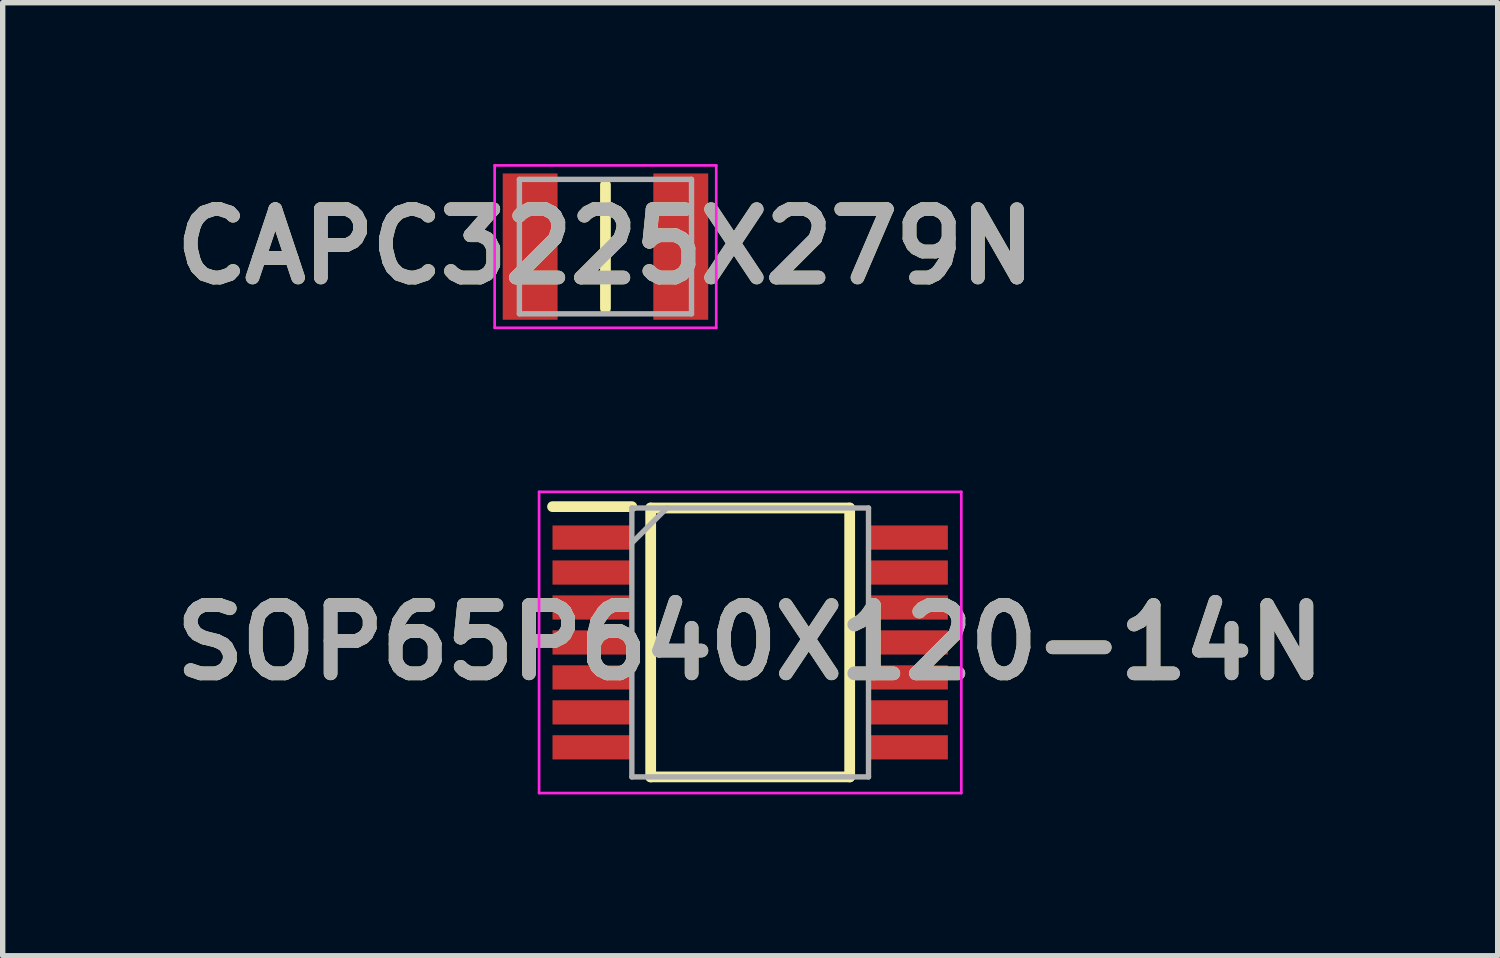
<source format=kicad_pcb>
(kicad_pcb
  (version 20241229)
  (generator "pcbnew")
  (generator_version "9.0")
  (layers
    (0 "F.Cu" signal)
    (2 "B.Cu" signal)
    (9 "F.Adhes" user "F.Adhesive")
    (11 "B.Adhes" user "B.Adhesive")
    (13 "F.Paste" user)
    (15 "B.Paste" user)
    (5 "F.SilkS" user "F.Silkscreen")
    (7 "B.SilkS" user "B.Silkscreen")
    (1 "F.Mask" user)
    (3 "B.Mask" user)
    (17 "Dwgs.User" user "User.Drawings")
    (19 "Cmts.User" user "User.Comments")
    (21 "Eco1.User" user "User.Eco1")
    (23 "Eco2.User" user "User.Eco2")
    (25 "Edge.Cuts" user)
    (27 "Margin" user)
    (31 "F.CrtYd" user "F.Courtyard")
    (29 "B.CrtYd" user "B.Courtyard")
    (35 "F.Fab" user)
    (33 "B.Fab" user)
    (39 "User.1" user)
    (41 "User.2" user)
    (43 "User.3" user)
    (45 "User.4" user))
  (footprint "CAPC3225X279N"
    (layer "F.Cu")
    (at 8.207 1.535)
    (property "Reference" "CAPC3225X279N" (at 0 0 0) (layer "F.SilkS") (effects (font (size 1.27 1.27) (thickness 0.254))))
    (attr smd)
    (fp_line (start 0 -1.15) (end 0 1.15) (stroke (width 0.2) (type solid)) (layer "F.SilkS"))
    (fp_line (start -2.06 -1.51) (end 2.06 -1.51) (stroke (width 0.05) (type solid)) (layer "F.CrtYd"))
    (fp_line (start -2.06 1.51) (end -2.06 -1.51) (stroke (width 0.05) (type solid)) (layer "F.CrtYd"))
    (fp_line (start 2.06 -1.51) (end 2.06 1.51) (stroke (width 0.05) (type solid)) (layer "F.CrtYd"))
    (fp_line (start 2.06 1.51) (end -2.06 1.51) (stroke (width 0.05) (type solid)) (layer "F.CrtYd"))
    (fp_line (start -1.6 -1.25) (end 1.6 -1.25) (stroke (width 0.1) (type solid)) (layer "F.Fab"))
    (fp_line (start -1.6 1.25) (end -1.6 -1.25) (stroke (width 0.1) (type solid)) (layer "F.Fab"))
    (fp_line (start 1.6 -1.25) (end 1.6 1.25) (stroke (width 0.1) (type solid)) (layer "F.Fab"))
    (fp_line (start 1.6 1.25) (end -1.6 1.25) (stroke (width 0.1) (type solid)) (layer "F.Fab"))
    (fp_text user "${REFERENCE}" (at 0 0 0) (layer "F.Fab") (effects (font (size 1.27 1.27) (thickness 0.254))))
    (pad "1" smd rect (at -1.4 0) (size 1.02 2.72) (layers "F.Cu" "F.Mask" "F.Paste"))
    (pad "2" smd rect (at 1.4 0) (size 1.02 2.72) (layers "F.Cu" "F.Mask" "F.Paste")))
  (footprint "SOP65P640X120-14N"
    (layer "F.Cu")
    (at 10.898 8.895)
    (property "Reference" "SOP65P640X120-14N" (at 0 0 0) (layer "F.SilkS") (effects (font (size 1.27 1.27) (thickness 0.254))))
    (attr smd)
    (fp_line (start -3.675 -2.525) (end -2.2 -2.525) (stroke (width 0.2) (type solid)) (layer "F.SilkS"))
    (fp_line (start -1.85 -2.5) (end 1.85 -2.5) (stroke (width 0.2) (type solid)) (layer "F.SilkS"))
    (fp_line (start -1.85 2.5) (end -1.85 -2.5) (stroke (width 0.2) (type solid)) (layer "F.SilkS"))
    (fp_line (start 1.85 -2.5) (end 1.85 2.5) (stroke (width 0.2) (type solid)) (layer "F.SilkS"))
    (fp_line (start 1.85 2.5) (end -1.85 2.5) (stroke (width 0.2) (type solid)) (layer "F.SilkS"))
    (fp_line (start -3.925 -2.8) (end 3.925 -2.8) (stroke (width 0.05) (type solid)) (layer "F.CrtYd"))
    (fp_line (start -3.925 2.8) (end -3.925 -2.8) (stroke (width 0.05) (type solid)) (layer "F.CrtYd"))
    (fp_line (start 3.925 -2.8) (end 3.925 2.8) (stroke (width 0.05) (type solid)) (layer "F.CrtYd"))
    (fp_line (start 3.925 2.8) (end -3.925 2.8) (stroke (width 0.05) (type solid)) (layer "F.CrtYd"))
    (fp_line (start -2.2 -2.5) (end 2.2 -2.5) (stroke (width 0.1) (type solid)) (layer "F.Fab"))
    (fp_line (start -2.2 -1.85) (end -1.55 -2.5) (stroke (width 0.1) (type solid)) (layer "F.Fab"))
    (fp_line (start -2.2 2.5) (end -2.2 -2.5) (stroke (width 0.1) (type solid)) (layer "F.Fab"))
    (fp_line (start 2.2 -2.5) (end 2.2 2.5) (stroke (width 0.1) (type solid)) (layer "F.Fab"))
    (fp_line (start 2.2 2.5) (end -2.2 2.5) (stroke (width 0.1) (type solid)) (layer "F.Fab"))
    (fp_text user "${REFERENCE}" (at 0 0 0) (layer "F.Fab") (effects (font (size 1.27 1.27) (thickness 0.254))))
    (pad "1" smd rect (at -2.938 -1.95 90) (size 0.45 1.475) (layers "F.Cu" "F.Mask" "F.Paste"))
    (pad "2" smd rect (at -2.938 -1.3 90) (size 0.45 1.475) (layers "F.Cu" "F.Mask" "F.Paste"))
    (pad "3" smd rect (at -2.938 -0.65 90) (size 0.45 1.475) (layers "F.Cu" "F.Mask" "F.Paste"))
    (pad "4" smd rect (at -2.938 0 90) (size 0.45 1.475) (layers "F.Cu" "F.Mask" "F.Paste"))
    (pad "5" smd rect (at -2.938 0.65 90) (size 0.45 1.475) (layers "F.Cu" "F.Mask" "F.Paste"))
    (pad "6" smd rect (at -2.938 1.3 90) (size 0.45 1.475) (layers "F.Cu" "F.Mask" "F.Paste"))
    (pad "7" smd rect (at -2.938 1.95 90) (size 0.45 1.475) (layers "F.Cu" "F.Mask" "F.Paste"))
    (pad "8" smd rect (at 2.938 1.95 90) (size 0.45 1.475) (layers "F.Cu" "F.Mask" "F.Paste"))
    (pad "9" smd rect (at 2.938 1.3 90) (size 0.45 1.475) (layers "F.Cu" "F.Mask" "F.Paste"))
    (pad "10" smd rect (at 2.938 0.65 90) (size 0.45 1.475) (layers "F.Cu" "F.Mask" "F.Paste"))
    (pad "11" smd rect (at 2.938 0 90) (size 0.45 1.475) (layers "F.Cu" "F.Mask" "F.Paste"))
    (pad "12" smd rect (at 2.938 -0.65 90) (size 0.45 1.475) (layers "F.Cu" "F.Mask" "F.Paste"))
    (pad "13" smd rect (at 2.938 -1.3 90) (size 0.45 1.475) (layers "F.Cu" "F.Mask" "F.Paste"))
    (pad "14" smd rect (at 2.938 -1.95 90) (size 0.45 1.475) (layers "F.Cu" "F.Mask" "F.Paste")))
  (gr_rect
    (start -3 -3)
    (end 24.796 14.72)
    (stroke (width 0.1) (type default))
    (fill no)
    (layer "Edge.Cuts")))
</source>
